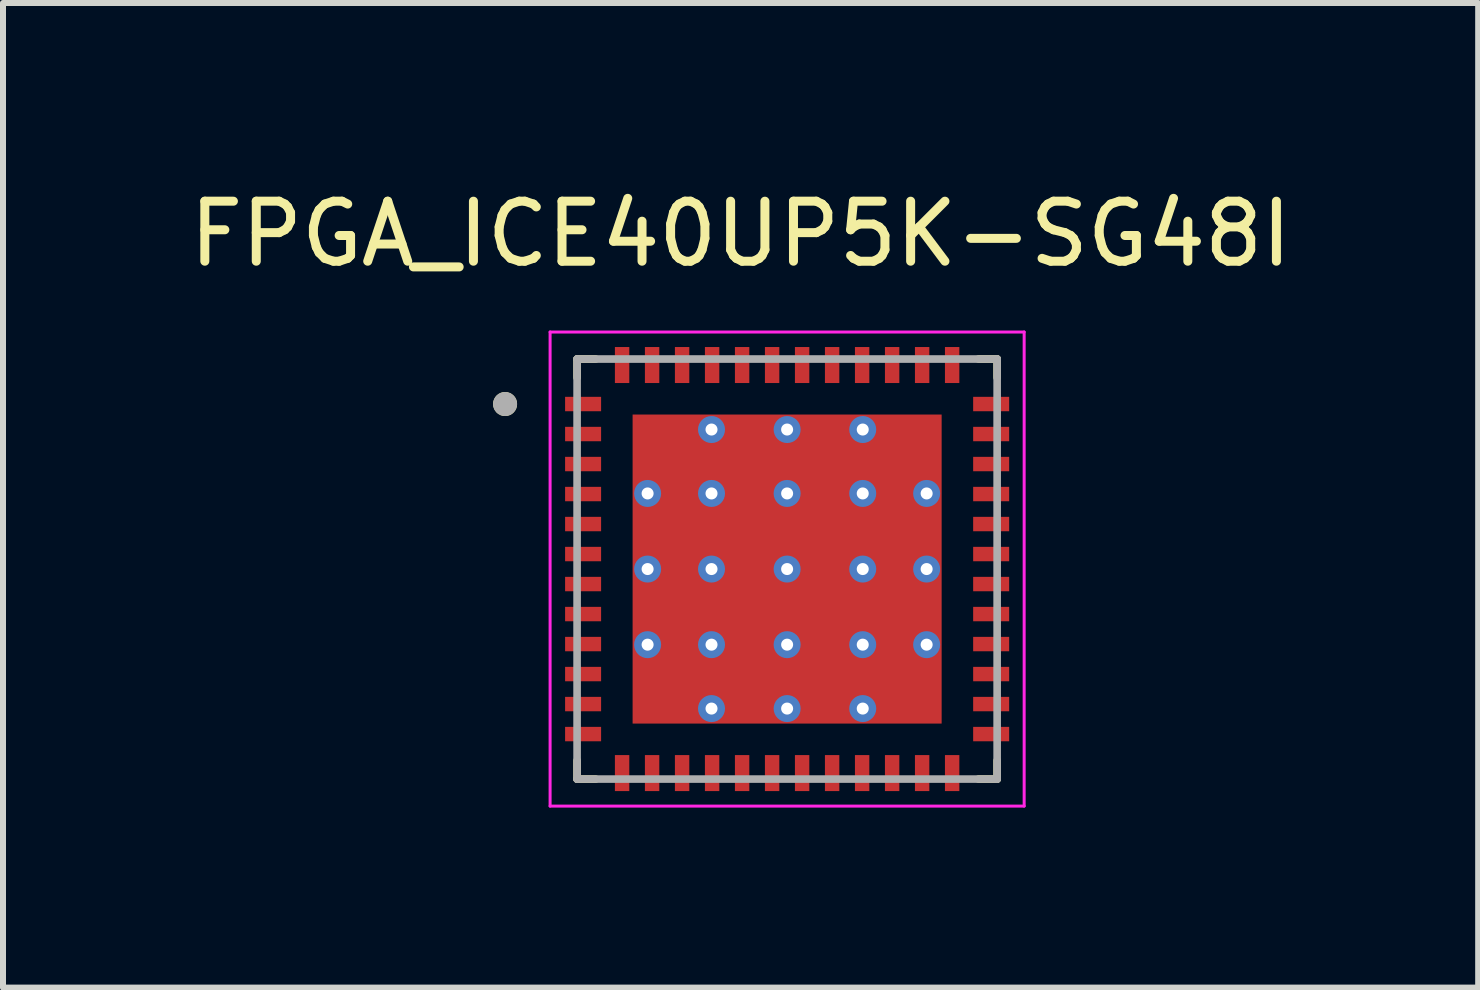
<source format=kicad_pcb>
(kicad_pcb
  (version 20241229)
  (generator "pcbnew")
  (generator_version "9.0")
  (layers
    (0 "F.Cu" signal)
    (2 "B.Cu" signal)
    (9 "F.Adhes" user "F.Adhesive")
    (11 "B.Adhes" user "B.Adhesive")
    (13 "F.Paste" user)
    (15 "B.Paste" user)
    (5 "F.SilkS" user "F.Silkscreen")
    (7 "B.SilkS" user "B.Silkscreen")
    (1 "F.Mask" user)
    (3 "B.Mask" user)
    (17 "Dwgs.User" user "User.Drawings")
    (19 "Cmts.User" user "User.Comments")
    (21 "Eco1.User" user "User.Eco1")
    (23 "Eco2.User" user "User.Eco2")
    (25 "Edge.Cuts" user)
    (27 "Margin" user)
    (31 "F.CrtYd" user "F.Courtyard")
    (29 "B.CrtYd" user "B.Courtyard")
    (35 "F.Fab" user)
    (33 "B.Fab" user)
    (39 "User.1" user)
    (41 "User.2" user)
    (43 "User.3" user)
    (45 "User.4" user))
  (footprint "FPGA_ICE40UP5K-SG48I"
    (layer "F.Cu")
    (at 10.067 6.433)
    (property "Reference" "FPGA_ICE40UP5K-SG48I" (at -0.775 -5.585 0) (layer "F.SilkS") (effects (font (size 1 1) (thickness 0.15))))
    (attr through_hole)
    (fp_line (start -3.5 -3.19) (end -3.5 -3.5) (stroke (width 0.127) (type solid)) (layer "F.SilkS"))
    (fp_line (start -3.5 3.5) (end -3.5 3.19) (stroke (width 0.127) (type solid)) (layer "F.SilkS"))
    (fp_line (start -3.19 -3.5) (end -3.5 -3.5) (stroke (width 0.127) (type solid)) (layer "F.SilkS"))
    (fp_line (start -3.19 3.5) (end -3.5 3.5) (stroke (width 0.127) (type solid)) (layer "F.SilkS"))
    (fp_line (start 3.5 -3.5) (end 3.19 -3.5) (stroke (width 0.127) (type solid)) (layer "F.SilkS"))
    (fp_line (start 3.5 -3.19) (end 3.5 -3.5) (stroke (width 0.127) (type solid)) (layer "F.SilkS"))
    (fp_line (start 3.5 3.5) (end 3.19 3.5) (stroke (width 0.127) (type solid)) (layer "F.SilkS"))
    (fp_line (start 3.5 3.5) (end 3.5 3.19) (stroke (width 0.127) (type solid)) (layer "F.SilkS"))
    (fp_circle (center -4.7 -2.75) (end -4.6 -2.75) (stroke (width 0.2) (type solid)) (fill no) (layer "F.SilkS"))
    (fp_poly (pts (xy -2.42 -2.42) (xy -1.36 -2.42) (xy -1.36 -1.36) (xy -2.42 -1.36)) (stroke (width 0.01) (type solid)) (fill yes) (layer "F.Paste"))
    (fp_poly (pts (xy -2.42 -1.16) (xy -1.36 -1.16) (xy -1.36 -0.1) (xy -2.42 -0.1)) (stroke (width 0.01) (type solid)) (fill yes) (layer "F.Paste"))
    (fp_poly (pts (xy -2.42 0.1) (xy -1.36 0.1) (xy -1.36 1.16) (xy -2.42 1.16)) (stroke (width 0.01) (type solid)) (fill yes) (layer "F.Paste"))
    (fp_poly (pts (xy -2.42 1.36) (xy -1.36 1.36) (xy -1.36 2.42) (xy -2.42 2.42)) (stroke (width 0.01) (type solid)) (fill yes) (layer "F.Paste"))
    (fp_poly (pts (xy -1.16 -2.42) (xy -0.1 -2.42) (xy -0.1 -1.36) (xy -1.16 -1.36)) (stroke (width 0.01) (type solid)) (fill yes) (layer "F.Paste"))
    (fp_poly (pts (xy -1.16 -1.16) (xy -0.1 -1.16) (xy -0.1 -0.1) (xy -1.16 -0.1)) (stroke (width 0.01) (type solid)) (fill yes) (layer "F.Paste"))
    (fp_poly (pts (xy -1.16 0.1) (xy -0.1 0.1) (xy -0.1 1.16) (xy -1.16 1.16)) (stroke (width 0.01) (type solid)) (fill yes) (layer "F.Paste"))
    (fp_poly (pts (xy -1.16 1.36) (xy -0.1 1.36) (xy -0.1 2.42) (xy -1.16 2.42)) (stroke (width 0.01) (type solid)) (fill yes) (layer "F.Paste"))
    (fp_poly (pts (xy 0.1 -2.42) (xy 1.16 -2.42) (xy 1.16 -1.36) (xy 0.1 -1.36)) (stroke (width 0.01) (type solid)) (fill yes) (layer "F.Paste"))
    (fp_poly (pts (xy 0.1 -1.16) (xy 1.16 -1.16) (xy 1.16 -0.1) (xy 0.1 -0.1)) (stroke (width 0.01) (type solid)) (fill yes) (layer "F.Paste"))
    (fp_poly (pts (xy 0.1 0.1) (xy 1.16 0.1) (xy 1.16 1.16) (xy 0.1 1.16)) (stroke (width 0.01) (type solid)) (fill yes) (layer "F.Paste"))
    (fp_poly (pts (xy 0.1 1.36) (xy 1.16 1.36) (xy 1.16 2.42) (xy 0.1 2.42)) (stroke (width 0.01) (type solid)) (fill yes) (layer "F.Paste"))
    (fp_poly (pts (xy 1.36 -2.42) (xy 2.42 -2.42) (xy 2.42 -1.36) (xy 1.36 -1.36)) (stroke (width 0.01) (type solid)) (fill yes) (layer "F.Paste"))
    (fp_poly (pts (xy 1.36 -1.16) (xy 2.42 -1.16) (xy 2.42 -0.1) (xy 1.36 -0.1)) (stroke (width 0.01) (type solid)) (fill yes) (layer "F.Paste"))
    (fp_poly (pts (xy 1.36 0.1) (xy 2.42 0.1) (xy 2.42 1.16) (xy 1.36 1.16)) (stroke (width 0.01) (type solid)) (fill yes) (layer "F.Paste"))
    (fp_poly (pts (xy 1.36 1.36) (xy 2.42 1.36) (xy 2.42 2.42) (xy 1.36 2.42)) (stroke (width 0.01) (type solid)) (fill yes) (layer "F.Paste"))
    (fp_line (start -3.95 -3.95) (end -3.95 3.95) (stroke (width 0.05) (type solid)) (layer "F.CrtYd"))
    (fp_line (start -3.95 3.95) (end 3.95 3.95) (stroke (width 0.05) (type solid)) (layer "F.CrtYd"))
    (fp_line (start 3.95 -3.95) (end -3.95 -3.95) (stroke (width 0.05) (type solid)) (layer "F.CrtYd"))
    (fp_line (start 3.95 3.95) (end 3.95 -3.95) (stroke (width 0.05) (type solid)) (layer "F.CrtYd"))
    (fp_line (start -3.5 3.5) (end -3.5 -3.5) (stroke (width 0.127) (type solid)) (layer "F.Fab"))
    (fp_line (start 3.5 -3.5) (end -3.5 -3.5) (stroke (width 0.127) (type solid)) (layer "F.Fab"))
    (fp_line (start 3.5 3.5) (end -3.5 3.5) (stroke (width 0.127) (type solid)) (layer "F.Fab"))
    (fp_line (start 3.5 3.5) (end 3.5 -3.5) (stroke (width 0.127) (type solid)) (layer "F.Fab"))
    (fp_circle (center -4.7 -2.75) (end -4.6 -2.75) (stroke (width 0.2) (type solid)) (fill no) (layer "F.Fab"))
    (pad "1" smd rect (at -3.4 -2.75) (size 0.6 0.24) (layers "F.Cu" "F.Mask" "F.Paste"))
    (pad "2" smd rect (at -3.4 -2.25) (size 0.6 0.24) (layers "F.Cu" "F.Mask" "F.Paste"))
    (pad "3" smd rect (at -3.4 -1.75) (size 0.6 0.24) (layers "F.Cu" "F.Mask" "F.Paste"))
    (pad "4" smd rect (at -3.4 -1.25) (size 0.6 0.24) (layers "F.Cu" "F.Mask" "F.Paste"))
    (pad "5" smd rect (at -3.4 -0.75) (size 0.6 0.24) (layers "F.Cu" "F.Mask" "F.Paste"))
    (pad "6" smd rect (at -3.4 -0.25) (size 0.6 0.24) (layers "F.Cu" "F.Mask" "F.Paste"))
    (pad "7" smd rect (at -3.4 0.25) (size 0.6 0.24) (layers "F.Cu" "F.Mask" "F.Paste"))
    (pad "8" smd rect (at -3.4 0.75) (size 0.6 0.24) (layers "F.Cu" "F.Mask" "F.Paste"))
    (pad "9" smd rect (at -3.4 1.25) (size 0.6 0.24) (layers "F.Cu" "F.Mask" "F.Paste"))
    (pad "10" smd rect (at -3.4 1.75) (size 0.6 0.24) (layers "F.Cu" "F.Mask" "F.Paste"))
    (pad "11" smd rect (at -3.4 2.25) (size 0.6 0.24) (layers "F.Cu" "F.Mask" "F.Paste"))
    (pad "12" smd rect (at -3.4 2.75) (size 0.6 0.24) (layers "F.Cu" "F.Mask" "F.Paste"))
    (pad "13" smd rect (at -2.75 3.4) (size 0.24 0.6) (layers "F.Cu" "F.Mask" "F.Paste"))
    (pad "14" smd rect (at -2.25 3.4) (size 0.24 0.6) (layers "F.Cu" "F.Mask" "F.Paste"))
    (pad "15" smd rect (at -1.75 3.4) (size 0.24 0.6) (layers "F.Cu" "F.Mask" "F.Paste"))
    (pad "16" smd rect (at -1.25 3.4) (size 0.24 0.6) (layers "F.Cu" "F.Mask" "F.Paste"))
    (pad "17" smd rect (at -0.75 3.4) (size 0.24 0.6) (layers "F.Cu" "F.Mask" "F.Paste"))
    (pad "18" smd rect (at -0.25 3.4) (size 0.24 0.6) (layers "F.Cu" "F.Mask" "F.Paste"))
    (pad "19" smd rect (at 0.25 3.4) (size 0.24 0.6) (layers "F.Cu" "F.Mask" "F.Paste"))
    (pad "20" smd rect (at 0.75 3.4) (size 0.24 0.6) (layers "F.Cu" "F.Mask" "F.Paste"))
    (pad "21" smd rect (at 1.25 3.4) (size 0.24 0.6) (layers "F.Cu" "F.Mask" "F.Paste"))
    (pad "22" smd rect (at 1.75 3.4) (size 0.24 0.6) (layers "F.Cu" "F.Mask" "F.Paste"))
    (pad "23" smd rect (at 2.25 3.4) (size 0.24 0.6) (layers "F.Cu" "F.Mask" "F.Paste"))
    (pad "24" smd rect (at 2.75 3.4) (size 0.24 0.6) (layers "F.Cu" "F.Mask" "F.Paste"))
    (pad "25" smd rect (at 3.4 2.75) (size 0.6 0.24) (layers "F.Cu" "F.Mask" "F.Paste"))
    (pad "26" smd rect (at 3.4 2.25) (size 0.6 0.24) (layers "F.Cu" "F.Mask" "F.Paste"))
    (pad "27" smd rect (at 3.4 1.75) (size 0.6 0.24) (layers "F.Cu" "F.Mask" "F.Paste"))
    (pad "28" smd rect (at 3.4 1.25) (size 0.6 0.24) (layers "F.Cu" "F.Mask" "F.Paste"))
    (pad "29" smd rect (at 3.4 0.75) (size 0.6 0.24) (layers "F.Cu" "F.Mask" "F.Paste"))
    (pad "30" smd rect (at 3.4 0.25) (size 0.6 0.24) (layers "F.Cu" "F.Mask" "F.Paste"))
    (pad "31" smd rect (at 3.4 -0.25) (size 0.6 0.24) (layers "F.Cu" "F.Mask" "F.Paste"))
    (pad "32" smd rect (at 3.4 -0.75) (size 0.6 0.24) (layers "F.Cu" "F.Mask" "F.Paste"))
    (pad "33" smd rect (at 3.4 -1.25) (size 0.6 0.24) (layers "F.Cu" "F.Mask" "F.Paste"))
    (pad "34" smd rect (at 3.4 -1.75) (size 0.6 0.24) (layers "F.Cu" "F.Mask" "F.Paste"))
    (pad "35" smd rect (at 3.4 -2.25) (size 0.6 0.24) (layers "F.Cu" "F.Mask" "F.Paste"))
    (pad "36" smd rect (at 3.4 -2.75) (size 0.6 0.24) (layers "F.Cu" "F.Mask" "F.Paste"))
    (pad "37" smd rect (at 2.75 -3.4) (size 0.24 0.6) (layers "F.Cu" "F.Mask" "F.Paste"))
    (pad "38" smd rect (at 2.25 -3.4) (size 0.24 0.6) (layers "F.Cu" "F.Mask" "F.Paste"))
    (pad "39" smd rect (at 1.75 -3.4) (size 0.24 0.6) (layers "F.Cu" "F.Mask" "F.Paste"))
    (pad "40" smd rect (at 1.25 -3.4) (size 0.24 0.6) (layers "F.Cu" "F.Mask" "F.Paste"))
    (pad "41" smd rect (at 0.75 -3.4) (size 0.24 0.6) (layers "F.Cu" "F.Mask" "F.Paste"))
    (pad "42" smd rect (at 0.25 -3.4) (size 0.24 0.6) (layers "F.Cu" "F.Mask" "F.Paste"))
    (pad "43" smd rect (at -0.25 -3.4) (size 0.24 0.6) (layers "F.Cu" "F.Mask" "F.Paste"))
    (pad "44" smd rect (at -0.75 -3.4) (size 0.24 0.6) (layers "F.Cu" "F.Mask" "F.Paste"))
    (pad "45" smd rect (at -1.25 -3.4) (size 0.24 0.6) (layers "F.Cu" "F.Mask" "F.Paste"))
    (pad "46" smd rect (at -1.75 -3.4) (size 0.24 0.6) (layers "F.Cu" "F.Mask" "F.Paste"))
    (pad "47" smd rect (at -2.25 -3.4) (size 0.24 0.6) (layers "F.Cu" "F.Mask" "F.Paste"))
    (pad "48" smd rect (at -2.75 -3.4) (size 0.24 0.6) (layers "F.Cu" "F.Mask" "F.Paste"))
    (pad "49" smd rect (at 0 0) (size 5.15 5.15) (layers "F.Cu" "F.Mask"))
    (pad "V49_1" thru_hole circle (at 0 0) (size 0.45 0.45) (drill 0.2) (layers "*.Cu"))
    (pad "V49_2" thru_hole circle (at 0 -1.26) (size 0.45 0.45) (drill 0.2) (layers "*.Cu"))
    (pad "V49_3" thru_hole circle (at 1.26 -1.26) (size 0.45 0.45) (drill 0.2) (layers "*.Cu"))
    (pad "V49_4" thru_hole circle (at 1.26 0) (size 0.45 0.45) (drill 0.2) (layers "*.Cu"))
    (pad "V49_5" thru_hole circle (at 1.26 1.26) (size 0.45 0.45) (drill 0.2) (layers "*.Cu"))
    (pad "V49_6" thru_hole circle (at -1.26 -1.26) (size 0.45 0.45) (drill 0.2) (layers "*.Cu"))
    (pad "V49_7" thru_hole circle (at -1.26 0) (size 0.45 0.45) (drill 0.2) (layers "*.Cu"))
    (pad "V49_8" thru_hole circle (at -1.26 1.26) (size 0.45 0.45) (drill 0.2) (layers "*.Cu"))
    (pad "V49_9" thru_hole circle (at 0 1.26) (size 0.45 0.45) (drill 0.2) (layers "*.Cu"))
    (pad "V49_10" thru_hole circle (at 0 -2.325) (size 0.45 0.45) (drill 0.2) (layers "*.Cu"))
    (pad "V49_11" thru_hole circle (at 1.26 -2.325) (size 0.45 0.45) (drill 0.2) (layers "*.Cu"))
    (pad "V49_12" thru_hole circle (at 1.26 2.325) (size 0.45 0.45) (drill 0.2) (layers "*.Cu"))
    (pad "V49_13" thru_hole circle (at 0 2.325) (size 0.45 0.45) (drill 0.2) (layers "*.Cu"))
    (pad "V49_14" thru_hole circle (at -1.26 2.325) (size 0.45 0.45) (drill 0.2) (layers "*.Cu"))
    (pad "V49_15" thru_hole circle (at 2.325 -1.26) (size 0.45 0.45) (drill 0.2) (layers "*.Cu"))
    (pad "V49_16" thru_hole circle (at 2.325 0) (size 0.45 0.45) (drill 0.2) (layers "*.Cu"))
    (pad "V49_17" thru_hole circle (at 2.325 1.26) (size 0.45 0.45) (drill 0.2) (layers "*.Cu"))
    (pad "V49_18" thru_hole circle (at -2.325 -1.26) (size 0.45 0.45) (drill 0.2) (layers "*.Cu"))
    (pad "V49_19" thru_hole circle (at -2.325 0) (size 0.45 0.45) (drill 0.2) (layers "*.Cu"))
    (pad "V49_20" thru_hole circle (at -2.325 1.26) (size 0.45 0.45) (drill 0.2) (layers "*.Cu"))
    (pad "V49_21" thru_hole circle (at -1.26 -2.325) (size 0.45 0.45) (drill 0.2) (layers "*.Cu")))
  (gr_rect
    (start -3 -3)
    (end 21.583 13.408)
    (stroke (width 0.1) (type default))
    (fill no)
    (layer "Edge.Cuts")))
</source>
